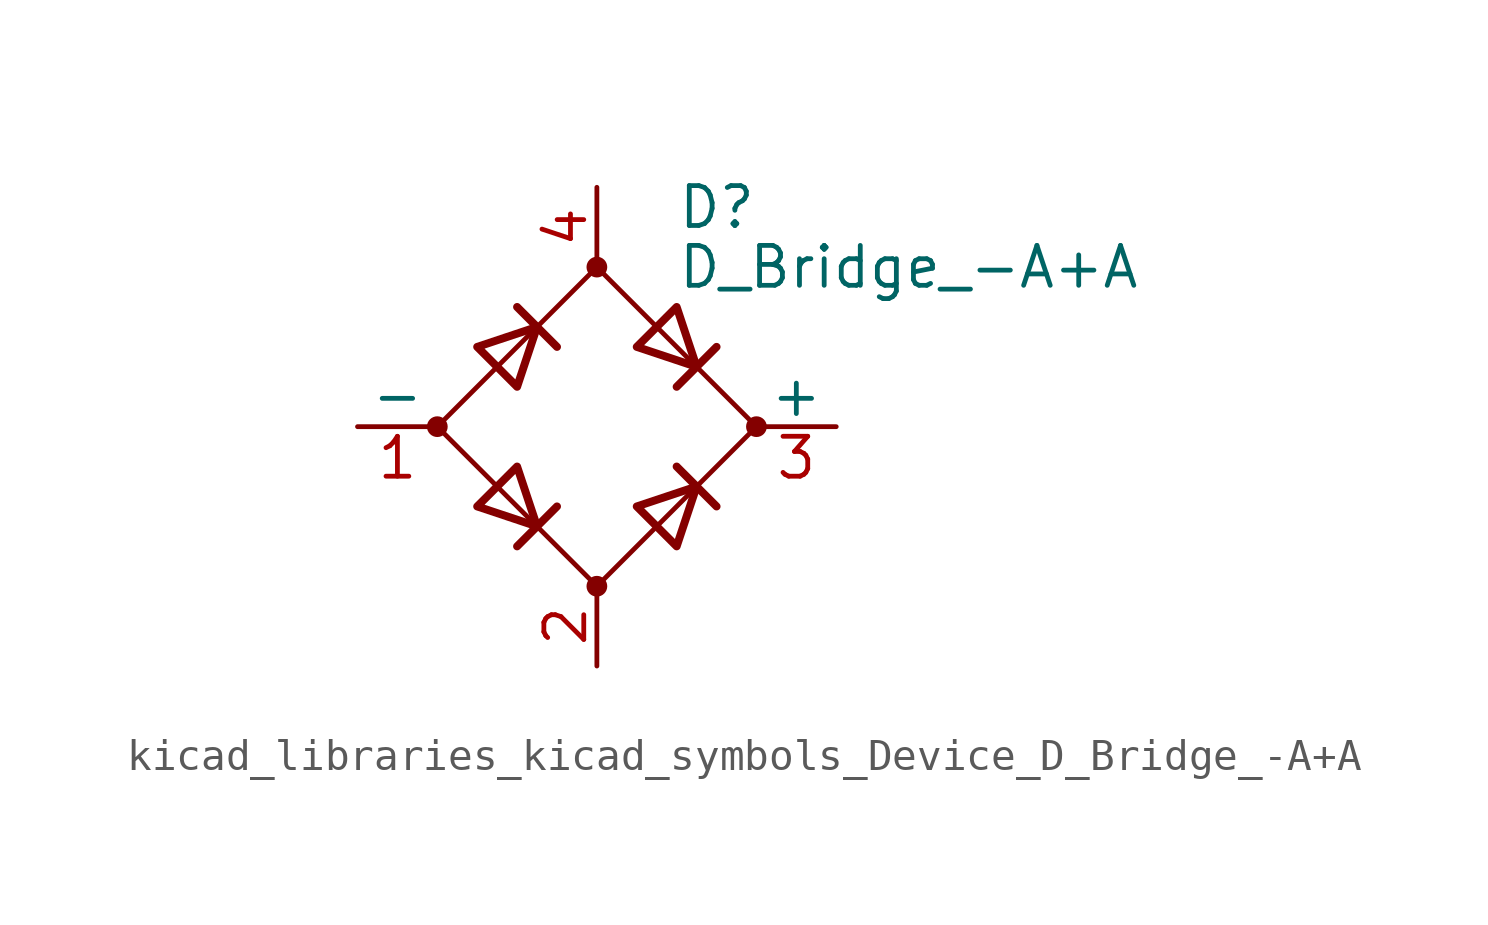
<source format=kicad_sym>
(kicad_symbol_lib
  (version 20220914)
  (generator kicad_symbol_editor)
  (symbol "kicad_libraries_kicad_symbols_Device_D_Bridge_-A+A"
    (pin_names
      (offset 0))
    (property "Reference" "D"
      (at 2.54 6.985 0)
      (effects (font (size 1.27 1.27)) (justify left)))
    (property "Value" "D_Bridge_-A+A"
      (at 2.54 5.08 0)
      (effects (font (size 1.27 1.27)) (justify left)))
    (symbol "kicad_libraries_kicad_symbols_Device_D_Bridge_-A+A_0_1"
      (circle (center -5.08 0) (radius 0.254) (stroke (width 0) (type default)) (fill (type outline)))
      (circle (center 0 -5.08) (radius 0.254) (stroke (width 0) (type default)) (fill (type outline)))
      (polyline (pts (xy -2.54 3.81) (xy -1.27 2.54)) (stroke (width 0.254) (type default)) (fill (type none)))
      (polyline (pts (xy -1.27 -2.54) (xy -2.54 -3.81)) (stroke (width 0.254) (type default)) (fill (type none)))
      (polyline (pts (xy 2.54 -1.27) (xy 3.81 -2.54)) (stroke (width 0.254) (type default)) (fill (type none)))
      (polyline (pts (xy 2.54 1.27) (xy 3.81 2.54)) (stroke (width 0.254) (type default)) (fill (type none)))
      (polyline (pts (xy -3.81 2.54) (xy -2.54 1.27) (xy -1.905 3.175) (xy -3.81 2.54)) (stroke (width 0.254) (type default)) (fill (type none)))
      (polyline (pts (xy -2.54 -1.27) (xy -3.81 -2.54) (xy -1.905 -3.175) (xy -2.54 -1.27)) (stroke (width 0.254) (type default)) (fill (type none)))
      (polyline (pts (xy 1.27 2.54) (xy 2.54 3.81) (xy 3.175 1.905) (xy 1.27 2.54)) (stroke (width 0.254) (type default)) (fill (type none)))
      (polyline (pts (xy 3.175 -1.905) (xy 1.27 -2.54) (xy 2.54 -3.81) (xy 3.175 -1.905)) (stroke (width 0.254) (type default)) (fill (type none)))
      (polyline (pts (xy -5.08 0) (xy 0 -5.08) (xy 5.08 0) (xy 0 5.08) (xy -5.08 0)) (stroke (width 0) (type default)) (fill (type none)))
      (circle (center 0 5.08) (radius 0.254) (stroke (width 0) (type default)) (fill (type outline)))
      (circle (center 5.08 0) (radius 0.254) (stroke (width 0) (type default)) (fill (type outline))))
    (symbol "kicad_libraries_kicad_symbols_Device_D_Bridge_-A+A_1_1"
      (pin passive line (at -7.62 0 0) (length 2.54) (name "-" (effects (font (size 1.27 1.27)))) (number "1" (effects (font (size 1.27 1.27)))))
      (pin passive line (at 0 -7.62 90) (length 2.54) (name "~" (effects (font (size 1.27 1.27)))) (number "2" (effects (font (size 1.27 1.27)))))
      (pin passive line (at 7.62 0 180) (length 2.54) (name "+" (effects (font (size 1.27 1.27)))) (number "3" (effects (font (size 1.27 1.27)))))
      (pin passive line (at 0 7.62 270) (length 2.54) (name "~" (effects (font (size 1.27 1.27)))) (number "4" (effects (font (size 1.27 1.27))))))))
</source>
